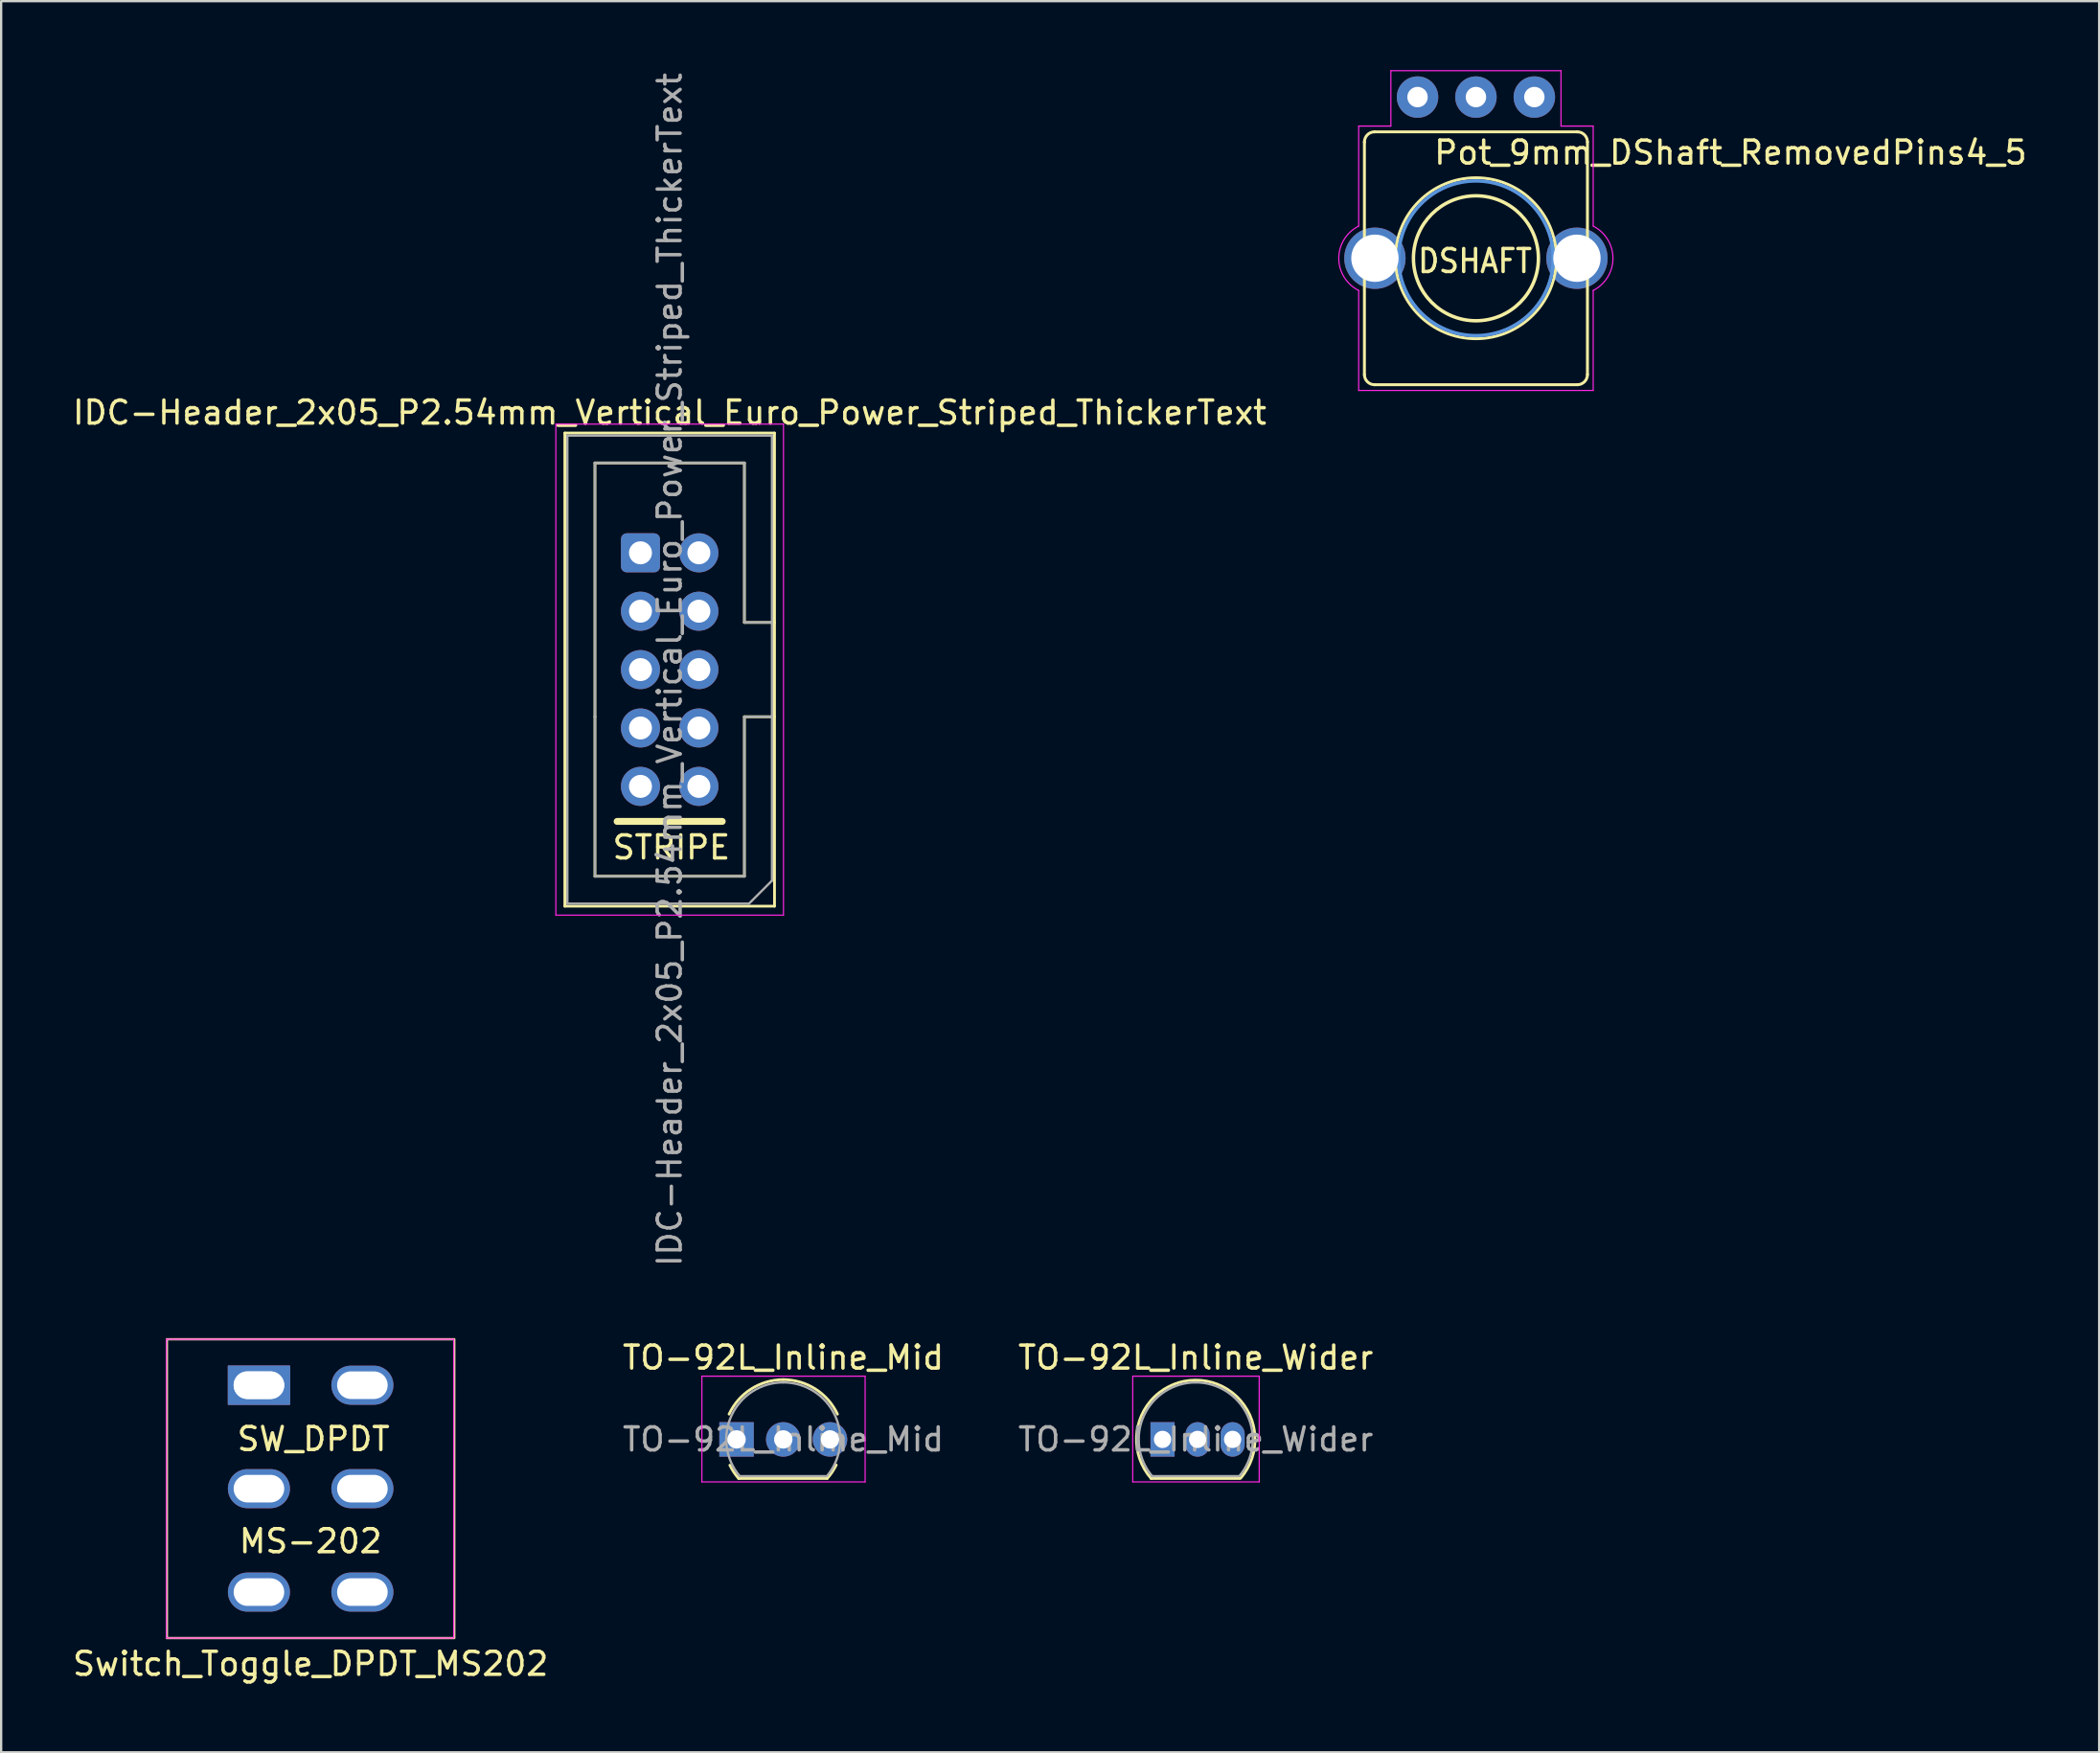
<source format=kicad_pcb>
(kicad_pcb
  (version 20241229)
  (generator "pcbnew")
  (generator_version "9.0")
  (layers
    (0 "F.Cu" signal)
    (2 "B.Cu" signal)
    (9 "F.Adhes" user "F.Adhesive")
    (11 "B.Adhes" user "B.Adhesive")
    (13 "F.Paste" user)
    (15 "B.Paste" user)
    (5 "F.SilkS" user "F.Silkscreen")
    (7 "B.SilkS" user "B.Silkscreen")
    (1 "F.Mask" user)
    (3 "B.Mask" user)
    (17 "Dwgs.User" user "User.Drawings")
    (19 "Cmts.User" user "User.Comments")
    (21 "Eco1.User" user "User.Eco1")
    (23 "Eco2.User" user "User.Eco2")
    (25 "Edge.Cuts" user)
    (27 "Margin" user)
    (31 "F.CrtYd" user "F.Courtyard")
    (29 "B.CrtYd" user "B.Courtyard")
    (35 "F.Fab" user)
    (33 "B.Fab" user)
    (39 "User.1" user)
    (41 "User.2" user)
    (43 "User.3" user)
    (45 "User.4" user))
  (footprint "TO-92L_Inline_Mid"
    (layer "F.Cu")
    (at 28.478 59.563)
    (property "Reference" "TO-92L_Inline_Mid" (at 2.54 -3.56 0) (layer "F.SilkS") (effects (font (size 1 1) (thickness 0.15))))
    (attr through_hole)
    (fp_line (start 0.6 1.7) (end 4.45 1.7) (stroke (width 0.12) (type solid)) (layer "F.SilkS"))
    (fp_arc (start 0.1836 -1.098807) (mid 1.143021 -2.192817) (end 2.54 -2.6) (stroke (width 0.12) (type solid)) (layer "F.SilkS"))
    (fp_arc (start 0.6 1.7) (mid 0.389183 1.423933) (end 0.217369 1.122045) (stroke (width 0.12) (type solid)) (layer "F.SilkS"))
    (fp_arc (start 2.54 -2.6) (mid 3.936979 -2.192818) (end 4.8964 -1.098807) (stroke (width 0.12) (type solid)) (layer "F.SilkS"))
    (fp_arc (start 4.842383 1.112264) (mid 4.666594 1.419753) (end 4.45 1.7) (stroke (width 0.12) (type solid)) (layer "F.SilkS"))
    (fp_line (start -1 -2.75) (end -1 1.85) (stroke (width 0.05) (type solid)) (layer "F.CrtYd"))
    (fp_line (start -1 -2.75) (end 6.1 -2.75) (stroke (width 0.05) (type solid)) (layer "F.CrtYd"))
    (fp_line (start 6.1 1.85) (end -1 1.85) (stroke (width 0.05) (type solid)) (layer "F.CrtYd"))
    (fp_line (start 6.1 1.85) (end 6.1 -2.75) (stroke (width 0.05) (type solid)) (layer "F.CrtYd"))
    (fp_line (start 0.65 1.6) (end 4.4 1.6) (stroke (width 0.1) (type solid)) (layer "F.Fab"))
    (fp_arc (start 0.647182 1.602385) (mid 0.290076 -1.043188) (end 2.54 -2.48) (stroke (width 0.1) (type solid)) (layer "F.Fab"))
    (fp_arc (start 2.54 -2.48) (mid 4.787211 -1.049019) (end 4.441103 1.592547) (stroke (width 0.1) (type solid)) (layer "F.Fab"))
    (fp_text user "${REFERENCE}" (at 2.54 0 0) (layer "F.Fab") (effects (font (size 1 1) (thickness 0.15))))
    (pad "1" thru_hole rect (at 0.508 0) (size 1.5 1.5) (drill 0.8) (layers "*.Cu" "*.Mask"))
    (pad "2" thru_hole circle (at 2.54 0) (size 1.5 1.5) (drill 0.8) (layers "*.Cu" "*.Mask"))
    (pad "3" thru_hole circle (at 4.572 0) (size 1.5 1.5) (drill 0.8) (layers "*.Cu" "*.Mask")))
  (footprint "Switch_Toggle_DPDT_MS202"
    (layer "F.Cu")
    (at 10.458 61.705)
    (property "Reference" "Switch_Toggle_DPDT_MS202" (at 0 7.62 180) (layer "F.SilkS") (effects (font (size 1 1) (thickness 0.15))))
    (property "Description" "SW_DPDT " (at 0.508 -2.159 0) (unlocked yes) (layer "F.SilkS") (effects (font (size 1 1) (thickness 0.15))))
    (property "Silkscreen Value" "MS-202 " (at 0.381 2.286 0) (unlocked yes) (layer "F.SilkS") (effects (font (size 1 1) (thickness 0.15))))
    (attr through_hole)
    (fp_rect (start -6.25 -6.5) (end 6.25 6.5) (stroke (width 0.1) (type default)) (fill no) (layer "F.SilkS"))
    (fp_rect (start -6.27 -6.5) (end 6.23 6.5) (stroke (width 0.05) (type default)) (fill no) (layer "F.CrtYd"))
    (fp_text user "" (at 0.05 -4.8 0) (layer "F.SilkS") (effects (font (size 1 1) (thickness 0.15))))
    (pad "1" thru_hole rect (at -2.246 -4.5 90) (size 1.7 2.7) (drill oval 1.2 2.2) (layers "*.Cu" "*.Mask"))
    (pad "1" thru_hole rect (at -2.246 -4.5 90) (size 1.7 2.7) (drill oval 1.2 2.2) (layers "*.Cu" "*.Mask"))
    (pad "2" thru_hole oval (at -2.246 0 90) (size 1.7 2.7) (drill oval 1.2 2.2) (layers "*.Cu" "*.Mask"))
    (pad "3" thru_hole oval (at -2.246 4.5 90) (size 1.7 2.7) (drill oval 1.2 2.2) (layers "*.Cu" "*.Mask"))
    (pad "4" thru_hole oval (at 2.254 -4.5 90) (size 1.7 2.7) (drill oval 1.2 2.2) (layers "*.Cu" "*.Mask"))
    (pad "5" thru_hole oval (at 2.254 0 90) (size 1.7 2.7) (drill oval 1.2 2.2) (layers "*.Cu" "*.Mask"))
    (pad "6" thru_hole oval (at 2.254 4.5 90) (size 1.7 2.7) (drill oval 1.2 2.2) (layers "*.Cu" "*.Mask")))
  (footprint "Pot_9mm_DShaft_RemovedPins4_5"
    (layer "F.Cu")
    (at 61.145 8.185)
    (property "Reference" "Pot_9mm_DShaft_RemovedPins4_5" (at -1.905 -4.013 0) (layer "F.SilkS") (effects (font (size 1 1) (thickness 0.15)) (justify left bottom)))
    (attr through_hole)
    (fp_line (start -4.85 -5.06) (end -4.85 5.06) (stroke (width 0.127) (type solid)) (layer "F.SilkS"))
    (fp_line (start -4.41 5.5) (end 4.41 5.5) (stroke (width 0.127) (type solid)) (layer "F.SilkS"))
    (fp_line (start 4.41 -5.5) (end -4.41 -5.5) (stroke (width 0.127) (type solid)) (layer "F.SilkS"))
    (fp_line (start 4.85 5.06) (end 4.85 -5.06) (stroke (width 0.127) (type solid)) (layer "F.SilkS"))
    (fp_arc (start -4.849887 -5.050018) (mid -4.724637 -5.367578) (end -4.41 -5.5) (stroke (width 0.127) (type solid)) (layer "F.SilkS"))
    (fp_arc (start -4.400018 5.499887) (mid -4.717578 5.374637) (end -4.85 5.06) (stroke (width 0.127) (type solid)) (layer "F.SilkS"))
    (fp_arc (start 1.651 -2.159) (mid -1.651 2.159) (end 1.651 -2.159) (stroke (width 0.15) (type solid)) (layer "F.SilkS"))
    (fp_arc (start 4.400018 -5.499887) (mid 4.717578 -5.374637) (end 4.85 -5.06) (stroke (width 0.127) (type solid)) (layer "F.SilkS"))
    (fp_arc (start 4.849887 5.050018) (mid 4.724637 5.367578) (end 4.41 5.5) (stroke (width 0.127) (type solid)) (layer "F.SilkS"))
    (fp_circle (center -0.000163 -0.002) (end -3.5 -0.002) (stroke (width 0.127) (type solid)) (fill no) (layer "F.SilkS"))
    (fp_circle (center 0 0) (end -3.365 0) (stroke (width 0.15) (type solid)) (fill no) (layer "Cmts.User"))
    (fp_line (start -5.1 -5.75) (end -5.1 -1.4) (stroke (width 0.05) (type solid)) (layer "F.CrtYd"))
    (fp_line (start -5.1 1.4) (end -5.1 5.75) (stroke (width 0.05) (type solid)) (layer "F.CrtYd"))
    (fp_line (start -5.1 5.75) (end 5.1 5.75) (stroke (width 0.05) (type solid)) (layer "F.CrtYd"))
    (fp_line (start -3.7 -8.16) (end -3.7 -5.75) (stroke (width 0.05) (type solid)) (layer "F.CrtYd"))
    (fp_line (start -3.7 -5.75) (end -5.1 -5.75) (stroke (width 0.05) (type solid)) (layer "F.CrtYd"))
    (fp_line (start 3.7 -8.16) (end -3.7 -8.16) (stroke (width 0.05) (type solid)) (layer "F.CrtYd"))
    (fp_line (start 3.7 -5.75) (end 3.7 -8.16) (stroke (width 0.05) (type solid)) (layer "F.CrtYd"))
    (fp_line (start 5.1 -5.75) (end 3.7 -5.75) (stroke (width 0.05) (type solid)) (layer "F.CrtYd"))
    (fp_line (start 5.1 -1.4) (end 5.1 -5.75) (stroke (width 0.05) (type solid)) (layer "F.CrtYd"))
    (fp_line (start 5.1 5.75) (end 5.1 1.4) (stroke (width 0.05) (type solid)) (layer "F.CrtYd"))
    (fp_arc (start -5.099264 1.400368) (mid -5.965248 0.000411) (end -5.1 -1.4) (stroke (width 0.05) (type solid)) (layer "F.CrtYd"))
    (fp_arc (start 5.104054 -1.397935) (mid 5.959742 0.002275) (end 5.099999 1.399999) (stroke (width 0.05) (type solid)) (layer "F.CrtYd"))
    (fp_text user "DSHAFT" (at -0.04 0.12 0) (layer "F.SilkS") (effects (font (size 1 0.9) (thickness 0.15))))
    (pad "" thru_hole circle (at -4.394 -0.002) (size 2.667 2.667) (drill 2.057) (layers "*.Cu" "*.Mask"))
    (pad "" thru_hole circle (at 4.394 -0.002) (size 2.667 2.667) (drill 2.057) (layers "*.Cu" "*.Mask"))
    (pad "1" thru_hole circle (at 2.54 -7.012 270) (size 1.803 1.803) (drill 0.889) (layers "*.Cu" "*.Mask"))
    (pad "2" thru_hole circle (at -0.000163 -7.012 270) (size 1.803 1.803) (drill 0.889) (layers "*.Cu" "*.Mask"))
    (pad "3" thru_hole circle (at -2.54 -7.012 270) (size 1.803 1.803) (drill 0.889) (layers "*.Cu" "*.Mask")))
  (footprint "TO-92L_Inline_Wider"
    (layer "F.Cu")
    (at 47.768 59.563)
    (property "Reference" "TO-92L_Inline_Wider" (at 1.19 -3.56 0) (layer "F.SilkS") (effects (font (size 1 1) (thickness 0.15))))
    (attr through_hole)
    (fp_line (start -0.75 1.7) (end 3.1 1.7) (stroke (width 0.12) (type solid)) (layer "F.SilkS"))
    (fp_arc (start -0.75 1.7) (mid 1.183448 -2.579449) (end 3.138611 1.690122) (stroke (width 0.12) (type solid)) (layer "F.SilkS"))
    (fp_line (start -1.55 -2.75) (end -1.55 1.85) (stroke (width 0.05) (type solid)) (layer "F.CrtYd"))
    (fp_line (start -1.55 -2.75) (end 3.95 -2.75) (stroke (width 0.05) (type solid)) (layer "F.CrtYd"))
    (fp_line (start 3.95 1.85) (end -1.55 1.85) (stroke (width 0.05) (type solid)) (layer "F.CrtYd"))
    (fp_line (start 3.95 1.85) (end 3.95 -2.75) (stroke (width 0.05) (type solid)) (layer "F.CrtYd"))
    (fp_line (start -0.7 1.6) (end 3.05 1.6) (stroke (width 0.1) (type solid)) (layer "F.Fab"))
    (fp_arc (start -0.702818 1.602385) (mid -1.059924 -1.043188) (end 1.19 -2.48) (stroke (width 0.1) (type solid)) (layer "F.Fab"))
    (fp_arc (start 1.19 -2.48) (mid 3.437211 -1.049019) (end 3.091103 1.592547) (stroke (width 0.1) (type solid)) (layer "F.Fab"))
    (fp_text user "${REFERENCE}" (at 1.19 0 0) (layer "F.Fab") (effects (font (size 1 1) (thickness 0.15))))
    (pad "1" thru_hole rect (at -0.254 0) (size 1.05 1.5) (drill 0.75) (layers "*.Cu" "*.Mask"))
    (pad "2" thru_hole oval (at 1.27 0) (size 1.05 1.5) (drill 0.75) (layers "*.Cu" "*.Mask"))
    (pad "3" thru_hole oval (at 2.794 0) (size 1.05 1.5) (drill 0.75) (layers "*.Cu" "*.Mask")))
  (footprint "IDC-Header_2x05_P2.54mm_Vertical_Euro_Power_Striped_ThickerText"
    (layer "F.Cu")
    (at 24.807 20.997)
    (property "Reference" "IDC-Header_2x05_P2.54mm_Vertical_Euro_Power_Striped_ThickerText" (at 1.27 -6.1 180) (layer "F.SilkS") (effects (font (size 1 1) (thickness 0.15))))
    (attr through_hole)
    (fp_line (start -3.29 -5.21) (end 5.83 -5.21) (stroke (width 0.12) (type solid)) (layer "F.SilkS"))
    (fp_line (start -3.29 15.37) (end -3.29 -5.21) (stroke (width 0.12) (type solid)) (layer "F.SilkS"))
    (fp_line (start -1.98 -3.91) (end 4.52 -3.91) (stroke (width 0.12) (type solid)) (layer "F.SilkS"))
    (fp_line (start -1.98 7.13) (end -1.98 7.13) (stroke (width 0.12) (type solid)) (layer "F.SilkS"))
    (fp_line (start -1.98 14.07) (end -1.98 -3.91) (stroke (width 0.12) (type solid)) (layer "F.SilkS"))
    (fp_line (start -1.016 11.684) (end 3.556 11.684) (stroke (width 0.3) (type default)) (layer "F.SilkS"))
    (fp_line (start 4.52 -3.91) (end 4.52 3.03) (stroke (width 0.12) (type solid)) (layer "F.SilkS"))
    (fp_line (start 4.52 3.03) (end 5.83 3.03) (stroke (width 0.12) (type solid)) (layer "F.SilkS"))
    (fp_line (start 4.52 7.13) (end 4.52 14.07) (stroke (width 0.12) (type solid)) (layer "F.SilkS"))
    (fp_line (start 4.52 14.07) (end -1.98 14.07) (stroke (width 0.12) (type solid)) (layer "F.SilkS"))
    (fp_line (start 5.83 -5.21) (end 5.83 15.37) (stroke (width 0.12) (type solid)) (layer "F.SilkS"))
    (fp_line (start 5.83 7.13) (end 4.52 7.13) (stroke (width 0.12) (type solid)) (layer "F.SilkS"))
    (fp_line (start 5.83 15.37) (end -3.29 15.37) (stroke (width 0.12) (type solid)) (layer "F.SilkS"))
    (fp_line (start -3.68 -5.6) (end -3.68 15.76) (stroke (width 0.05) (type solid)) (layer "F.CrtYd"))
    (fp_line (start -3.68 15.76) (end 6.22 15.76) (stroke (width 0.05) (type solid)) (layer "F.CrtYd"))
    (fp_line (start 6.22 -5.6) (end -3.68 -5.6) (stroke (width 0.05) (type solid)) (layer "F.CrtYd"))
    (fp_line (start 6.22 15.76) (end 6.22 -5.6) (stroke (width 0.05) (type solid)) (layer "F.CrtYd"))
    (fp_line (start -3.18 -5.1) (end 5.72 -5.1) (stroke (width 0.1) (type solid)) (layer "F.Fab"))
    (fp_line (start -3.18 15.26) (end -3.18 -5.1) (stroke (width 0.1) (type solid)) (layer "F.Fab"))
    (fp_line (start -1.98 -3.91) (end 4.52 -3.91) (stroke (width 0.1) (type solid)) (layer "F.Fab"))
    (fp_line (start -1.98 7.13) (end -1.98 7.13) (stroke (width 0.1) (type solid)) (layer "F.Fab"))
    (fp_line (start -1.98 14.07) (end -1.98 -3.91) (stroke (width 0.1) (type solid)) (layer "F.Fab"))
    (fp_line (start 4.52 -3.91) (end 4.52 3.03) (stroke (width 0.1) (type solid)) (layer "F.Fab"))
    (fp_line (start 4.52 3.03) (end 5.72 3.03) (stroke (width 0.1) (type solid)) (layer "F.Fab"))
    (fp_line (start 4.52 7.13) (end 4.52 14.07) (stroke (width 0.1) (type solid)) (layer "F.Fab"))
    (fp_line (start 4.52 14.07) (end -1.98 14.07) (stroke (width 0.1) (type solid)) (layer "F.Fab"))
    (fp_line (start 4.72 15.26) (end -3.18 15.26) (stroke (width 0.1) (type solid)) (layer "F.Fab"))
    (fp_line (start 5.72 -5.1) (end 5.72 14.26) (stroke (width 0.1) (type solid)) (layer "F.Fab"))
    (fp_line (start 5.72 7.13) (end 4.52 7.13) (stroke (width 0.1) (type solid)) (layer "F.Fab"))
    (fp_line (start 5.72 14.26) (end 4.72 15.26) (stroke (width 0.1) (type solid)) (layer "F.Fab"))
    (fp_text user "STRIPE" (at -1.3 13.4 0) (unlocked yes) (layer "F.SilkS") (effects (font (size 1 1) (thickness 0.15)) (justify left bottom)))
    (fp_text user "${REFERENCE}" (at 1.27 5.08 270) (layer "F.Fab") (effects (font (size 1 1) (thickness 0.15))))
    (pad "1" thru_hole roundrect (at 0 0) (size 1.7 1.7) (drill 1) (layers "*.Cu" "*.Mask") (roundrect_rratio 0.147))
    (pad "2" thru_hole circle (at 2.54 0) (size 1.7 1.7) (drill 1) (layers "*.Cu" "*.Mask"))
    (pad "3" thru_hole circle (at 0 2.54) (size 1.7 1.7) (drill 1) (layers "*.Cu" "*.Mask"))
    (pad "4" thru_hole circle (at 2.54 2.54) (size 1.7 1.7) (drill 1) (layers "*.Cu" "*.Mask"))
    (pad "5" thru_hole circle (at 0 5.08) (size 1.7 1.7) (drill 1) (layers "*.Cu" "*.Mask"))
    (pad "6" thru_hole circle (at 2.54 5.08) (size 1.7 1.7) (drill 1) (layers "*.Cu" "*.Mask"))
    (pad "7" thru_hole circle (at 0 7.62) (size 1.7 1.7) (drill 1) (layers "*.Cu" "*.Mask"))
    (pad "8" thru_hole circle (at 2.54 7.62) (size 1.7 1.7) (drill 1) (layers "*.Cu" "*.Mask"))
    (pad "9" thru_hole circle (at 0 10.16) (size 1.7 1.7) (drill 1) (layers "*.Cu" "*.Mask"))
    (pad "10" thru_hole circle (at 2.54 10.16) (size 1.7 1.7) (drill 1) (layers "*.Cu" "*.Mask")))
  (gr_rect
    (start -3 -3)
    (end 88.252 73.173)
    (stroke (width 0.1) (type default))
    (fill no)
    (layer "Edge.Cuts")))
</source>
